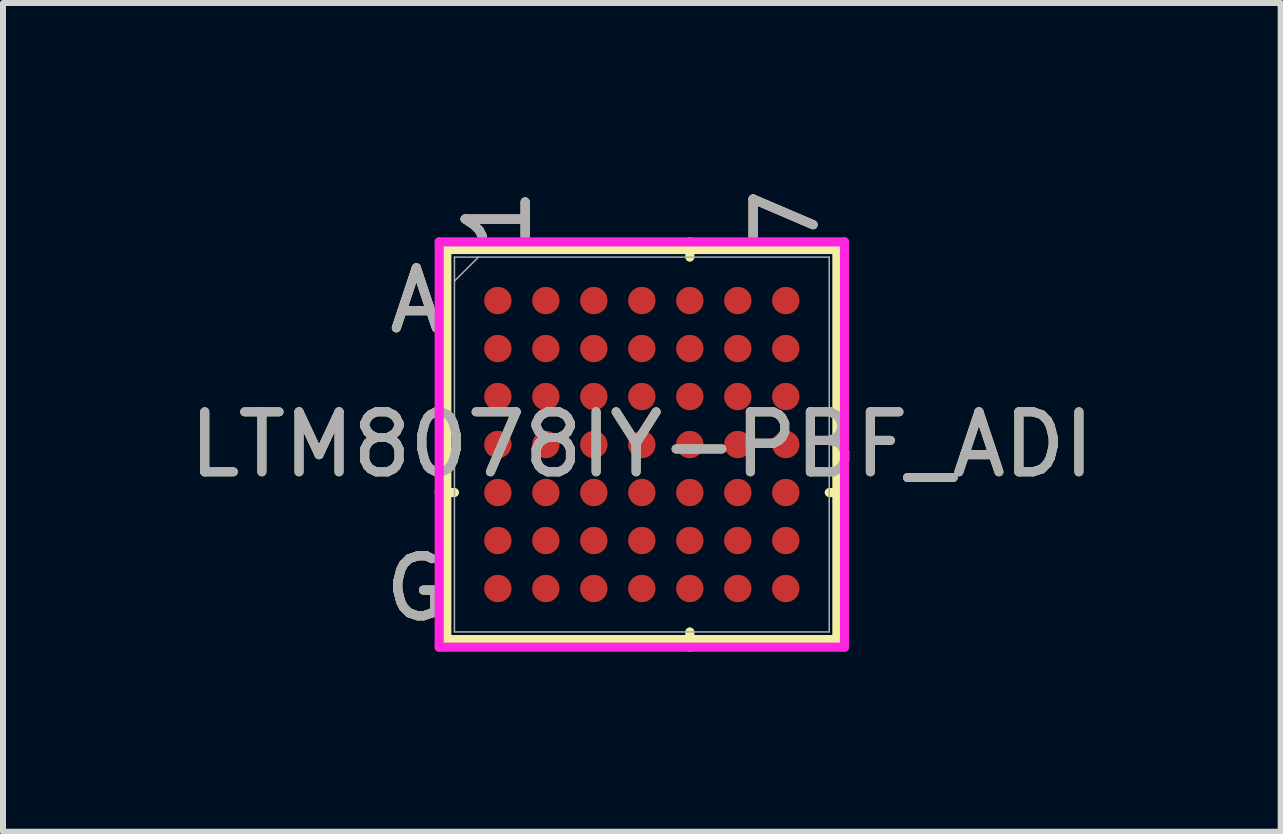
<source format=kicad_pcb>
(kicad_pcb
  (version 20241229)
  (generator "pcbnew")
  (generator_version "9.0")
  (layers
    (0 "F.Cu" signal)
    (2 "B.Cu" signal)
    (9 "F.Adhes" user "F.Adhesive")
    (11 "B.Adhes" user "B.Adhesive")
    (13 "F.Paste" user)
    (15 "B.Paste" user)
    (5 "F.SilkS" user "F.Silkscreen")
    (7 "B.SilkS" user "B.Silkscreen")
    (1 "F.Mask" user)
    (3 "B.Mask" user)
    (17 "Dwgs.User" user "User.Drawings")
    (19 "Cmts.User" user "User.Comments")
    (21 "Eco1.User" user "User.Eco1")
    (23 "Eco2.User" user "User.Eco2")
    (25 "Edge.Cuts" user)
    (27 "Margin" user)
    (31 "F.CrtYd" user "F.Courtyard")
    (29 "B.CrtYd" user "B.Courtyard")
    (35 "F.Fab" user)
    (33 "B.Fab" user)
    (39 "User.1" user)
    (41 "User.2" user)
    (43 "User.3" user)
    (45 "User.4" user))
  (footprint "LTM8078IY-PBF_ADI"
    (layer "F.Cu")
    (at 7.649 4.36)
    (property "Reference" "LTM8078IY-PBF_ADI" (at 0 0 0) (unlocked yes) (layer "F.SilkS") (effects (font (size 1 1) (thickness 0.15))))
    (attr smd)
    (fp_line (start -3.251 -3.251) (end -3.251 3.251) (stroke (width 0.152) (type solid)) (layer "F.SilkS"))
    (fp_line (start -3.251 3.251) (end 3.251 3.251) (stroke (width 0.152) (type solid)) (layer "F.SilkS"))
    (fp_line (start -3.124 0.8) (end -3.378 0.8) (stroke (width 0.152) (type solid)) (layer "F.SilkS"))
    (fp_line (start 0.8 -3.124) (end 0.8 -3.378) (stroke (width 0.152) (type solid)) (layer "F.SilkS"))
    (fp_line (start 0.8 3.124) (end 0.8 3.378) (stroke (width 0.152) (type solid)) (layer "F.SilkS"))
    (fp_line (start 3.124 0.8) (end 3.378 0.8) (stroke (width 0.152) (type solid)) (layer "F.SilkS"))
    (fp_line (start 3.251 -3.251) (end -3.251 -3.251) (stroke (width 0.152) (type solid)) (layer "F.SilkS"))
    (fp_line (start 3.251 3.251) (end 3.251 -3.251) (stroke (width 0.152) (type solid)) (layer "F.SilkS"))
    (fp_poly (pts (xy -3.244 -3.245) (xy 3.244 -3.245) (xy 3.244 3.245) (xy -3.244 3.245)) (stroke (width 0.1) (type solid)) (fill no) (layer "Eco2.User"))
    (fp_line (start -3.378 -3.378) (end 3.378 -3.378) (stroke (width 0.152) (type solid)) (layer "F.CrtYd"))
    (fp_line (start -3.378 3.378) (end -3.378 -3.378) (stroke (width 0.152) (type solid)) (layer "F.CrtYd"))
    (fp_line (start 3.378 -3.378) (end 3.378 3.378) (stroke (width 0.152) (type solid)) (layer "F.CrtYd"))
    (fp_line (start 3.378 3.378) (end -3.378 3.378) (stroke (width 0.152) (type solid)) (layer "F.CrtYd"))
    (fp_line (start -3.124 -3.124) (end -3.124 3.124) (stroke (width 0.025) (type solid)) (layer "F.Fab"))
    (fp_line (start -3.124 3.124) (end 3.124 3.124) (stroke (width 0.025) (type solid)) (layer "F.Fab"))
    (fp_line (start -2.724 -3.124) (end -3.124 -2.724) (stroke (width 0.025) (type solid)) (layer "F.Fab"))
    (fp_line (start 3.124 -3.124) (end -3.124 -3.124) (stroke (width 0.025) (type solid)) (layer "F.Fab"))
    (fp_line (start 3.124 3.124) (end 3.124 -3.124) (stroke (width 0.025) (type solid)) (layer "F.Fab"))
    (fp_text user "1" (at -2.4 -3.759 90) (unlocked yes) (layer "F.SilkS") (effects (font (size 1 1) (thickness 0.15))))
    (fp_text user "G" (at -3.759 2.4 0) (unlocked yes) (layer "F.SilkS") (effects (font (size 1 1) (thickness 0.15))))
    (fp_text user "7" (at 2.4 -3.759 90) (unlocked yes) (layer "F.SilkS") (effects (font (size 1 1) (thickness 0.15))))
    (fp_text user "A" (at -3.759 -2.4 0) (unlocked yes) (layer "F.SilkS") (effects (font (size 1 1) (thickness 0.15))))
    (fp_text user "7" (at 2.4 -3.759 90) (unlocked yes) (layer "B.SilkS") (effects (font (size 1 1) (thickness 0.15))))
    (fp_text user "1" (at -2.4 -3.759 90) (unlocked yes) (layer "B.SilkS") (effects (font (size 1 1) (thickness 0.15))))
    (fp_text user "A" (at -3.759 -2.4 0) (unlocked yes) (layer "B.SilkS") (effects (font (size 1 1) (thickness 0.15))))
    (fp_text user "G" (at -3.759 2.4 0) (unlocked yes) (layer "B.SilkS") (effects (font (size 1 1) (thickness 0.15))))
    (fp_text user "1" (at -2.4 -3.759 90) (unlocked yes) (layer "F.Fab") (effects (font (size 1 1) (thickness 0.15))))
    (fp_text user "${REFERENCE}" (at 0 0 0) (unlocked yes) (layer "F.Fab") (effects (font (size 1 1) (thickness 0.15))))
    (fp_text user "A" (at -3.759 -2.4 0) (unlocked yes) (layer "F.Fab") (effects (font (size 1 1) (thickness 0.15))))
    (fp_text user "G" (at -3.759 2.4 0) (unlocked yes) (layer "F.Fab") (effects (font (size 1 1) (thickness 0.15))))
    (fp_text user "7" (at 2.4 -3.759 90) (unlocked yes) (layer "F.Fab") (effects (font (size 1 1) (thickness 0.15))))
    (pad "A1" smd circle (at -2.4 -2.4) (size 0.457 0.457) (layers "F.Cu" "F.Mask" "F.Paste"))
    (pad "A2" smd circle (at -1.6 -2.4) (size 0.457 0.457) (layers "F.Cu" "F.Mask" "F.Paste"))
    (pad "A3" smd circle (at -0.8 -2.4) (size 0.457 0.457) (layers "F.Cu" "F.Mask" "F.Paste"))
    (pad "A4" smd circle (at 0 -2.4) (size 0.457 0.457) (layers "F.Cu" "F.Mask" "F.Paste"))
    (pad "A5" smd circle (at 0.8 -2.4) (size 0.457 0.457) (layers "F.Cu" "F.Mask" "F.Paste"))
    (pad "A6" smd circle (at 1.6 -2.4) (size 0.457 0.457) (layers "F.Cu" "F.Mask" "F.Paste"))
    (pad "A7" smd circle (at 2.4 -2.4) (size 0.457 0.457) (layers "F.Cu" "F.Mask" "F.Paste"))
    (pad "B1" smd circle (at -2.4 -1.6) (size 0.457 0.457) (layers "F.Cu" "F.Mask" "F.Paste"))
    (pad "B2" smd circle (at -1.6 -1.6) (size 0.457 0.457) (layers "F.Cu" "F.Mask" "F.Paste"))
    (pad "B3" smd circle (at -0.8 -1.6) (size 0.457 0.457) (layers "F.Cu" "F.Mask" "F.Paste"))
    (pad "B4" smd circle (at 0 -1.6) (size 0.457 0.457) (layers "F.Cu" "F.Mask" "F.Paste"))
    (pad "B5" smd circle (at 0.8 -1.6) (size 0.457 0.457) (layers "F.Cu" "F.Mask" "F.Paste"))
    (pad "B6" smd circle (at 1.6 -1.6) (size 0.457 0.457) (layers "F.Cu" "F.Mask" "F.Paste"))
    (pad "B7" smd circle (at 2.4 -1.6) (size 0.457 0.457) (layers "F.Cu" "F.Mask" "F.Paste"))
    (pad "C1" smd circle (at -2.4 -0.8) (size 0.457 0.457) (layers "F.Cu" "F.Mask" "F.Paste"))
    (pad "C2" smd circle (at -1.6 -0.8) (size 0.457 0.457) (layers "F.Cu" "F.Mask" "F.Paste"))
    (pad "C3" smd circle (at -0.8 -0.8) (size 0.457 0.457) (layers "F.Cu" "F.Mask" "F.Paste"))
    (pad "C4" smd circle (at 0 -0.8) (size 0.457 0.457) (layers "F.Cu" "F.Mask" "F.Paste"))
    (pad "C5" smd circle (at 0.8 -0.8) (size 0.457 0.457) (layers "F.Cu" "F.Mask" "F.Paste"))
    (pad "C6" smd circle (at 1.6 -0.8) (size 0.457 0.457) (layers "F.Cu" "F.Mask" "F.Paste"))
    (pad "C7" smd circle (at 2.4 -0.8) (size 0.457 0.457) (layers "F.Cu" "F.Mask" "F.Paste"))
    (pad "D1" smd circle (at -2.4 0) (size 0.457 0.457) (layers "F.Cu" "F.Mask" "F.Paste"))
    (pad "D2" smd circle (at -1.6 0) (size 0.457 0.457) (layers "F.Cu" "F.Mask" "F.Paste"))
    (pad "D3" smd circle (at -0.8 0) (size 0.457 0.457) (layers "F.Cu" "F.Mask" "F.Paste"))
    (pad "D4" smd circle (at 0 0) (size 0.457 0.457) (layers "F.Cu" "F.Mask" "F.Paste"))
    (pad "D5" smd circle (at 0.8 0) (size 0.457 0.457) (layers "F.Cu" "F.Mask" "F.Paste"))
    (pad "D6" smd circle (at 1.6 0) (size 0.457 0.457) (layers "F.Cu" "F.Mask" "F.Paste"))
    (pad "D7" smd circle (at 2.4 0) (size 0.457 0.457) (layers "F.Cu" "F.Mask" "F.Paste"))
    (pad "E1" smd circle (at -2.4 0.8) (size 0.457 0.457) (layers "F.Cu" "F.Mask" "F.Paste"))
    (pad "E2" smd circle (at -1.6 0.8) (size 0.457 0.457) (layers "F.Cu" "F.Mask" "F.Paste"))
    (pad "E3" smd circle (at -0.8 0.8) (size 0.457 0.457) (layers "F.Cu" "F.Mask" "F.Paste"))
    (pad "E4" smd circle (at 0 0.8) (size 0.457 0.457) (layers "F.Cu" "F.Mask" "F.Paste"))
    (pad "E5" smd circle (at 0.8 0.8) (size 0.457 0.457) (layers "F.Cu" "F.Mask" "F.Paste"))
    (pad "E6" smd circle (at 1.6 0.8) (size 0.457 0.457) (layers "F.Cu" "F.Mask" "F.Paste"))
    (pad "E7" smd circle (at 2.4 0.8) (size 0.457 0.457) (layers "F.Cu" "F.Mask" "F.Paste"))
    (pad "F1" smd circle (at -2.4 1.6) (size 0.457 0.457) (layers "F.Cu" "F.Mask" "F.Paste"))
    (pad "F2" smd circle (at -1.6 1.6) (size 0.457 0.457) (layers "F.Cu" "F.Mask" "F.Paste"))
    (pad "F3" smd circle (at -0.8 1.6) (size 0.457 0.457) (layers "F.Cu" "F.Mask" "F.Paste"))
    (pad "F4" smd circle (at 0 1.6) (size 0.457 0.457) (layers "F.Cu" "F.Mask" "F.Paste"))
    (pad "F5" smd circle (at 0.8 1.6) (size 0.457 0.457) (layers "F.Cu" "F.Mask" "F.Paste"))
    (pad "F6" smd circle (at 1.6 1.6) (size 0.457 0.457) (layers "F.Cu" "F.Mask" "F.Paste"))
    (pad "F7" smd circle (at 2.4 1.6) (size 0.457 0.457) (layers "F.Cu" "F.Mask" "F.Paste"))
    (pad "G1" smd circle (at -2.4 2.4) (size 0.457 0.457) (layers "F.Cu" "F.Mask" "F.Paste"))
    (pad "G2" smd circle (at -1.6 2.4) (size 0.457 0.457) (layers "F.Cu" "F.Mask" "F.Paste"))
    (pad "G3" smd circle (at -0.8 2.4) (size 0.457 0.457) (layers "F.Cu" "F.Mask" "F.Paste"))
    (pad "G4" smd circle (at 0 2.4) (size 0.457 0.457) (layers "F.Cu" "F.Mask" "F.Paste"))
    (pad "G5" smd circle (at 0.8 2.4) (size 0.457 0.457) (layers "F.Cu" "F.Mask" "F.Paste"))
    (pad "G6" smd circle (at 1.6 2.4) (size 0.457 0.457) (layers "F.Cu" "F.Mask" "F.Paste"))
    (pad "G7" smd circle (at 2.4 2.4) (size 0.457 0.457) (layers "F.Cu" "F.Mask" "F.Paste")))
  (gr_rect
    (start -3 -3)
    (end 18.298 10.815)
    (stroke (width 0.1) (type default))
    (fill no)
    (layer "Edge.Cuts")))
</source>
